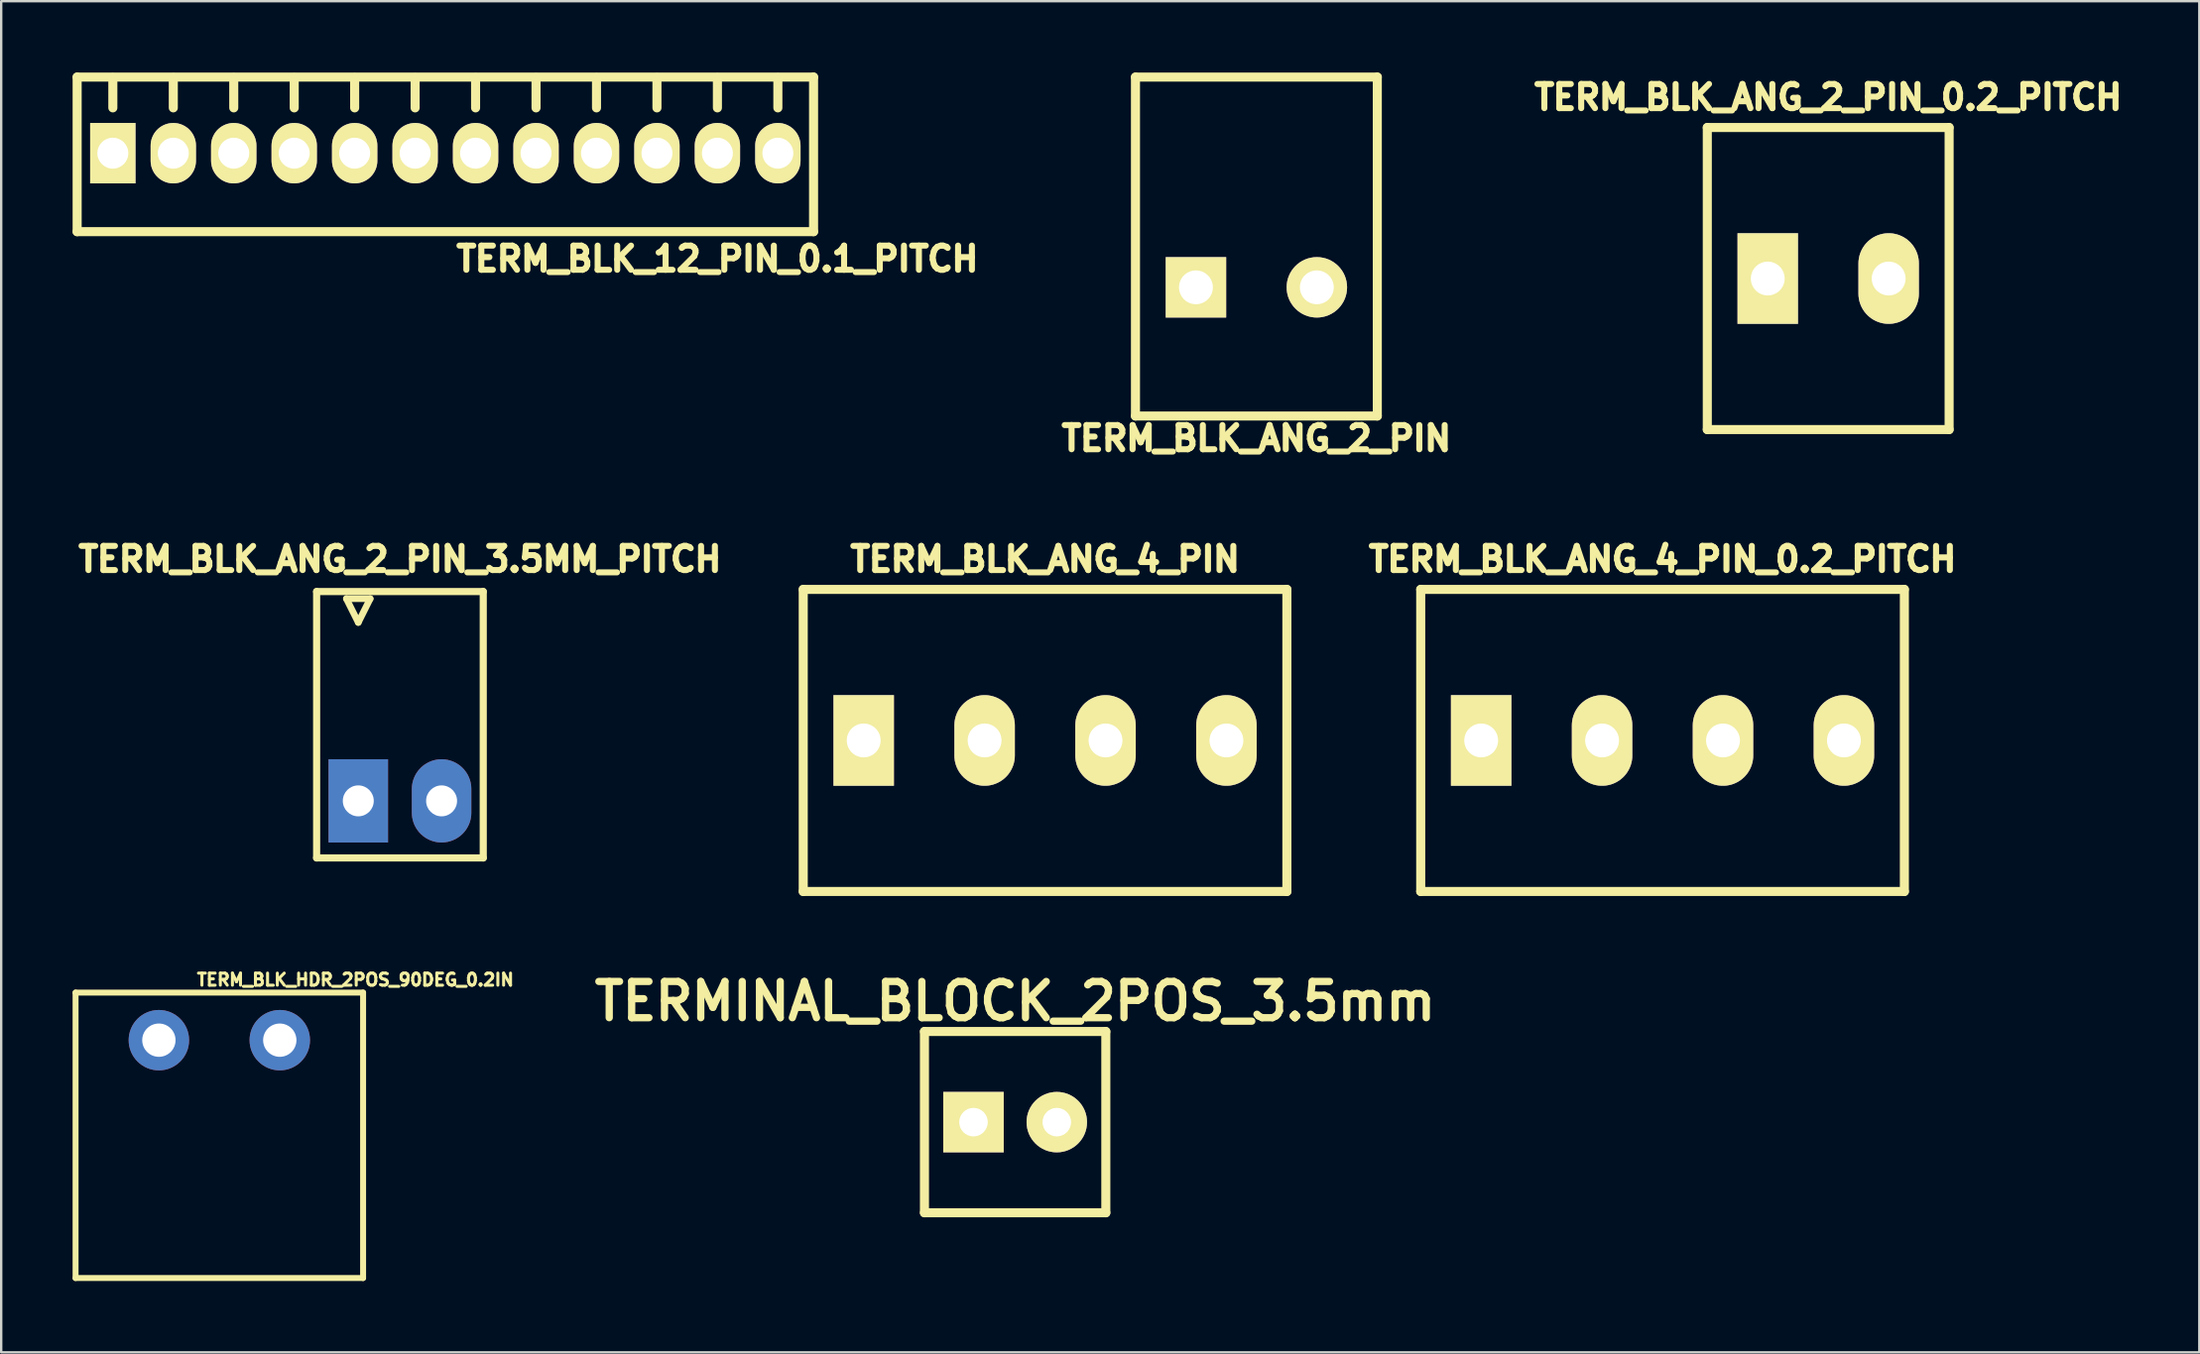
<source format=kicad_pcb>
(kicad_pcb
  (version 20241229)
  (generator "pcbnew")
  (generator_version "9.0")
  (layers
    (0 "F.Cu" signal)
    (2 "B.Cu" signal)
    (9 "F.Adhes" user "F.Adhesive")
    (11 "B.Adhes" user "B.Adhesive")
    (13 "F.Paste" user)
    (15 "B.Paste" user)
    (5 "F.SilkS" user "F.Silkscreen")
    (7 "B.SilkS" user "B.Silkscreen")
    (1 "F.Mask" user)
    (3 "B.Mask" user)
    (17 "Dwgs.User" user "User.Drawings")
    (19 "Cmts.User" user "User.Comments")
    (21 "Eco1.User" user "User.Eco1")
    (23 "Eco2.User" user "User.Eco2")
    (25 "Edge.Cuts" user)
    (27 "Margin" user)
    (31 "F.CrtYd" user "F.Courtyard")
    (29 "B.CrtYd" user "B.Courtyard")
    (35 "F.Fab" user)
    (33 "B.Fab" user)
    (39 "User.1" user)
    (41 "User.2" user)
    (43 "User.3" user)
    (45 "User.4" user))
  (footprint "TERM_BLK_12_PIN_0.1_PITCH"
    (layer "F.Cu")
    (at 15.661 3.39)
    (property "Reference" "TERM_BLK_12_PIN_0.1_PITCH" (at 11.43 4.445 0) (layer "F.SilkS") (effects (font (size 1.016 1.016) (thickness 0.254))))
    (attr through_hole)
    (fp_line (start -15.47 -3.2) (end -15.47 3.3) (stroke (width 0.381) (type solid)) (layer "F.SilkS"))
    (fp_line (start -15.47 -3.2) (end 15.47 -3.2) (stroke (width 0.381) (type solid)) (layer "F.SilkS"))
    (fp_line (start -15.47 3.3) (end 15.47 3.3) (stroke (width 0.381) (type solid)) (layer "F.SilkS"))
    (fp_line (start -13.97 -1.905) (end -13.97 -3.175) (stroke (width 0.381) (type solid)) (layer "F.SilkS"))
    (fp_line (start -11.43 -1.905) (end -11.43 -3.175) (stroke (width 0.381) (type solid)) (layer "F.SilkS"))
    (fp_line (start -8.89 -1.905) (end -8.89 -3.175) (stroke (width 0.381) (type solid)) (layer "F.SilkS"))
    (fp_line (start -6.35 -1.905) (end -6.35 -3.175) (stroke (width 0.381) (type solid)) (layer "F.SilkS"))
    (fp_line (start -3.81 -1.905) (end -3.81 -3.175) (stroke (width 0.381) (type solid)) (layer "F.SilkS"))
    (fp_line (start -1.27 -1.905) (end -1.27 -3.175) (stroke (width 0.381) (type solid)) (layer "F.SilkS"))
    (fp_line (start 1.27 -1.905) (end 1.27 -3.175) (stroke (width 0.381) (type solid)) (layer "F.SilkS"))
    (fp_line (start 3.81 -1.905) (end 3.81 -3.175) (stroke (width 0.381) (type solid)) (layer "F.SilkS"))
    (fp_line (start 6.35 -1.905) (end 6.35 -3.175) (stroke (width 0.381) (type solid)) (layer "F.SilkS"))
    (fp_line (start 8.89 -1.905) (end 8.89 -3.175) (stroke (width 0.381) (type solid)) (layer "F.SilkS"))
    (fp_line (start 11.43 -1.905) (end 11.43 -3.175) (stroke (width 0.381) (type solid)) (layer "F.SilkS"))
    (fp_line (start 13.97 -1.905) (end 13.97 -3.175) (stroke (width 0.381) (type solid)) (layer "F.SilkS"))
    (fp_line (start 15.47 -3.2) (end 15.47 3.3) (stroke (width 0.381) (type solid)) (layer "F.SilkS"))
    (pad "1" thru_hole rect (at -13.97 0) (size 1.905 2.54) (drill 1.3) (layers "*.Cu" "*.Mask" "F.SilkS"))
    (pad "2" thru_hole oval (at -11.43 0) (size 1.905 2.54) (drill 1.3) (layers "*.Cu" "*.Mask" "F.SilkS"))
    (pad "3" thru_hole oval (at -8.89 0) (size 1.905 2.54) (drill 1.3) (layers "*.Cu" "*.Mask" "F.SilkS"))
    (pad "4" thru_hole oval (at -6.35 0) (size 1.905 2.54) (drill 1.3) (layers "*.Cu" "*.Mask" "F.SilkS"))
    (pad "5" thru_hole oval (at -3.81 0) (size 1.905 2.54) (drill 1.3) (layers "*.Cu" "*.Mask" "F.SilkS"))
    (pad "6" thru_hole oval (at -1.27 0) (size 1.905 2.54) (drill 1.3) (layers "*.Cu" "*.Mask" "F.SilkS"))
    (pad "7" thru_hole oval (at 1.27 0) (size 1.905 2.54) (drill 1.3) (layers "*.Cu" "*.Mask" "F.SilkS"))
    (pad "8" thru_hole oval (at 3.81 0) (size 1.905 2.54) (drill 1.3) (layers "*.Cu" "*.Mask" "F.SilkS"))
    (pad "9" thru_hole oval (at 6.35 0) (size 1.905 2.54) (drill 1.3) (layers "*.Cu" "*.Mask" "F.SilkS"))
    (pad "10" thru_hole oval (at 8.89 0) (size 1.905 2.54) (drill 1.3) (layers "*.Cu" "*.Mask" "F.SilkS"))
    (pad "11" thru_hole oval (at 11.43 0) (size 1.905 2.54) (drill 1.3) (layers "*.Cu" "*.Mask" "F.SilkS"))
    (pad "12" thru_hole oval (at 13.97 0) (size 1.905 2.54) (drill 1.3) (layers "*.Cu" "*.Mask" "F.SilkS")))
  (footprint "TERM_BLK_ANG_2_PIN"
    (layer "F.Cu")
    (at 49.736 9.03)
    (property "Reference" "TERM_BLK_ANG_2_PIN" (at 0 6.35 0) (layer "F.SilkS") (effects (font (size 1.016 1.016) (thickness 0.254))))
    (attr through_hole)
    (fp_line (start -5.08 -8.839) (end -5.08 5.41) (stroke (width 0.381) (type solid)) (layer "F.SilkS"))
    (fp_line (start -5.08 -8.839) (end 5.08 -8.839) (stroke (width 0.381) (type solid)) (layer "F.SilkS"))
    (fp_line (start -5.08 5.41) (end 5.08 5.41) (stroke (width 0.381) (type solid)) (layer "F.SilkS"))
    (fp_line (start 5.08 -8.839) (end 5.08 5.41) (stroke (width 0.381) (type solid)) (layer "F.SilkS"))
    (pad "1" thru_hole rect (at -2.54 0) (size 2.54 2.54) (drill 1.422) (layers "*.Cu" "*.Mask" "F.SilkS"))
    (pad "2" thru_hole oval (at 2.54 0) (size 2.54 2.54) (drill 1.422) (layers "*.Cu" "*.Mask" "F.SilkS")))
  (footprint "TERM_BLK_ANG_2_PIN_0.2_PITCH"
    (layer "F.Cu")
    (at 73.76 8.66)
    (property "Reference" "TERM_BLK_ANG_2_PIN_0.2_PITCH" (at 0 -7.62 0) (layer "F.SilkS") (effects (font (size 1.016 1.016) (thickness 0.254))))
    (attr through_hole)
    (fp_line (start -5.08 -6.35) (end -5.08 6.35) (stroke (width 0.381) (type solid)) (layer "F.SilkS"))
    (fp_line (start -5.08 -6.35) (end 5.08 -6.35) (stroke (width 0.381) (type solid)) (layer "F.SilkS"))
    (fp_line (start -5.08 6.35) (end 5.08 6.35) (stroke (width 0.381) (type solid)) (layer "F.SilkS"))
    (fp_line (start 5.08 -6.35) (end 5.08 6.35) (stroke (width 0.381) (type solid)) (layer "F.SilkS"))
    (pad "1" thru_hole rect (at -2.54 0) (size 2.54 3.81) (drill 1.422) (layers "*.Cu" "*.Mask" "F.SilkS"))
    (pad "2" thru_hole oval (at 2.54 0) (size 2.54 3.81) (drill 1.422) (layers "*.Cu" "*.Mask" "F.SilkS")))
  (footprint "TERM_BLK_HDR_2POS_90DEG_0.2IN"
    (layer "F.Cu")
    (at 6.165 40.681)
    (property "Reference" "TERM_BLK_HDR_2POS_90DEG_0.2IN" (at 5.715 -2.54 180) (layer "F.SilkS") (effects (font (size 0.508 0.508) (thickness 0.127))))
    (attr through_hole)
    (fp_line (start -6.04 -2) (end -6.04 10) (stroke (width 0.25) (type solid)) (layer "F.SilkS"))
    (fp_line (start -6.04 -2) (end 6.04 -2) (stroke (width 0.25) (type solid)) (layer "F.SilkS"))
    (fp_line (start -6.04 10) (end 6.04 10) (stroke (width 0.25) (type solid)) (layer "F.SilkS"))
    (fp_line (start 6.04 -2) (end 6.04 10) (stroke (width 0.25) (type solid)) (layer "F.SilkS"))
    (pad "1" thru_hole circle (at 2.54 0) (size 2.54 2.54) (drill 1.4) (layers "*.Cu" "*.Mask"))
    (pad "2" thru_hole circle (at -2.54 0) (size 2.54 2.54) (drill 1.4) (layers "*.Cu" "*.Mask")))
  (footprint "TERM_BLK_ANG_2_PIN_3.5MM_PITCH"
    (layer "F.Cu")
    (at 13.753 30.62)
    (property "Reference" "TERM_BLK_ANG_2_PIN_3.5MM_PITCH" (at 0 -10.16 0) (layer "F.SilkS") (effects (font (size 1.016 1.016) (thickness 0.254))))
    (attr through_hole)
    (fp_line (start -3.5 -8.8) (end -3.5 2.4) (stroke (width 0.3) (type solid)) (layer "F.SilkS"))
    (fp_line (start -3.5 -8.8) (end 3.5 -8.8) (stroke (width 0.3) (type solid)) (layer "F.SilkS"))
    (fp_line (start -3.5 2.4) (end 3.5 2.4) (stroke (width 0.3) (type solid)) (layer "F.SilkS"))
    (fp_line (start -2.25 -8.5) (end -1.25 -8.5) (stroke (width 0.279) (type solid)) (layer "F.SilkS"))
    (fp_line (start -1.75 -7.5) (end -2.25 -8.5) (stroke (width 0.279) (type solid)) (layer "F.SilkS"))
    (fp_line (start -1.25 -8.5) (end -1.75 -7.5) (stroke (width 0.279) (type solid)) (layer "F.SilkS"))
    (fp_line (start 3.5 -8.8) (end 3.5 2.4) (stroke (width 0.3) (type solid)) (layer "F.SilkS"))
    (pad "1" thru_hole rect (at -1.75 0) (size 2.5 3.5) (drill 1.3) (layers "*.Cu" "*.Mask"))
    (pad "2" thru_hole oval (at 1.75 0) (size 2.5 3.5) (drill 1.3) (layers "*.Cu" "*.Mask")))
  (footprint "TERM_BLK_ANG_4_PIN_0.2_PITCH"
    (layer "F.Cu")
    (at 66.8 28.08)
    (property "Reference" "TERM_BLK_ANG_4_PIN_0.2_PITCH" (at 0 -7.62 0) (layer "F.SilkS") (effects (font (size 1.016 1.016) (thickness 0.254))))
    (attr through_hole)
    (fp_line (start -10.16 -6.35) (end -10.16 6.35) (stroke (width 0.381) (type solid)) (layer "F.SilkS"))
    (fp_line (start -10.16 -6.35) (end 10.16 -6.35) (stroke (width 0.381) (type solid)) (layer "F.SilkS"))
    (fp_line (start -10.16 6.35) (end 10.16 6.35) (stroke (width 0.381) (type solid)) (layer "F.SilkS"))
    (fp_line (start 10.16 -6.35) (end 10.16 6.35) (stroke (width 0.381) (type solid)) (layer "F.SilkS"))
    (pad "1" thru_hole rect (at -7.62 0) (size 2.54 3.81) (drill 1.422) (layers "*.Cu" "*.Mask" "F.SilkS"))
    (pad "2" thru_hole oval (at -2.54 0) (size 2.54 3.81) (drill 1.422) (layers "*.Cu" "*.Mask" "F.SilkS"))
    (pad "3" thru_hole oval (at 2.54 0) (size 2.54 3.81) (drill 1.422) (layers "*.Cu" "*.Mask" "F.SilkS"))
    (pad "4" thru_hole oval (at 7.62 0) (size 2.54 3.81) (drill 1.422) (layers "*.Cu" "*.Mask" "F.SilkS")))
  (footprint "TERM_BLK_ANG_4_PIN"
    (layer "F.Cu")
    (at 40.857 28.08)
    (property "Reference" "TERM_BLK_ANG_4_PIN" (at 0 -7.62 0) (layer "F.SilkS") (effects (font (size 1.016 1.016) (thickness 0.254))))
    (attr through_hole)
    (fp_line (start -10.16 -6.35) (end -10.16 6.35) (stroke (width 0.381) (type solid)) (layer "F.SilkS"))
    (fp_line (start -10.16 -6.35) (end 10.16 -6.35) (stroke (width 0.381) (type solid)) (layer "F.SilkS"))
    (fp_line (start -10.16 6.35) (end 10.16 6.35) (stroke (width 0.381) (type solid)) (layer "F.SilkS"))
    (fp_line (start 10.16 -6.35) (end 10.16 6.35) (stroke (width 0.381) (type solid)) (layer "F.SilkS"))
    (pad "1" thru_hole rect (at -7.62 0) (size 2.54 3.81) (drill 1.422) (layers "*.Cu" "*.Mask" "F.SilkS"))
    (pad "2" thru_hole oval (at -2.54 0) (size 2.54 3.81) (drill 1.422) (layers "*.Cu" "*.Mask" "F.SilkS"))
    (pad "3" thru_hole oval (at 2.54 0) (size 2.54 3.81) (drill 1.422) (layers "*.Cu" "*.Mask" "F.SilkS"))
    (pad "4" thru_hole oval (at 7.62 0) (size 2.54 3.81) (drill 1.422) (layers "*.Cu" "*.Mask" "F.SilkS")))
  (footprint "TERMINAL_BLOCK_2POS_3.5mm"
    (layer "F.Cu")
    (at 39.6 44.127)
    (property "Reference" "TERMINAL_BLOCK_2POS_3.5mm" (at 0 -5.08 0) (layer "F.SilkS") (effects (font (size 1.524 1.524) (thickness 0.305))))
    (attr through_hole)
    (fp_line (start -3.81 -3.81) (end -3.81 3.81) (stroke (width 0.381) (type solid)) (layer "F.SilkS"))
    (fp_line (start -3.81 -3.81) (end 3.81 -3.81) (stroke (width 0.381) (type solid)) (layer "F.SilkS"))
    (fp_line (start -3.81 3.81) (end 3.81 3.81) (stroke (width 0.381) (type solid)) (layer "F.SilkS"))
    (fp_line (start 3.81 3.81) (end 3.81 -3.81) (stroke (width 0.381) (type solid)) (layer "F.SilkS"))
    (pad "1" thru_hole rect (at -1.75 0) (size 2.54 2.54) (drill 1.199) (layers "*.Cu" "*.Mask" "F.SilkS"))
    (pad "2" thru_hole circle (at 1.75 0) (size 2.54 2.54) (drill 1.199) (layers "*.Cu" "*.Mask" "F.SilkS")))
  (gr_rect
    (start -3 -3)
    (end 89.352 53.806)
    (stroke (width 0.1) (type default))
    (fill no)
    (layer "Edge.Cuts")))
</source>
